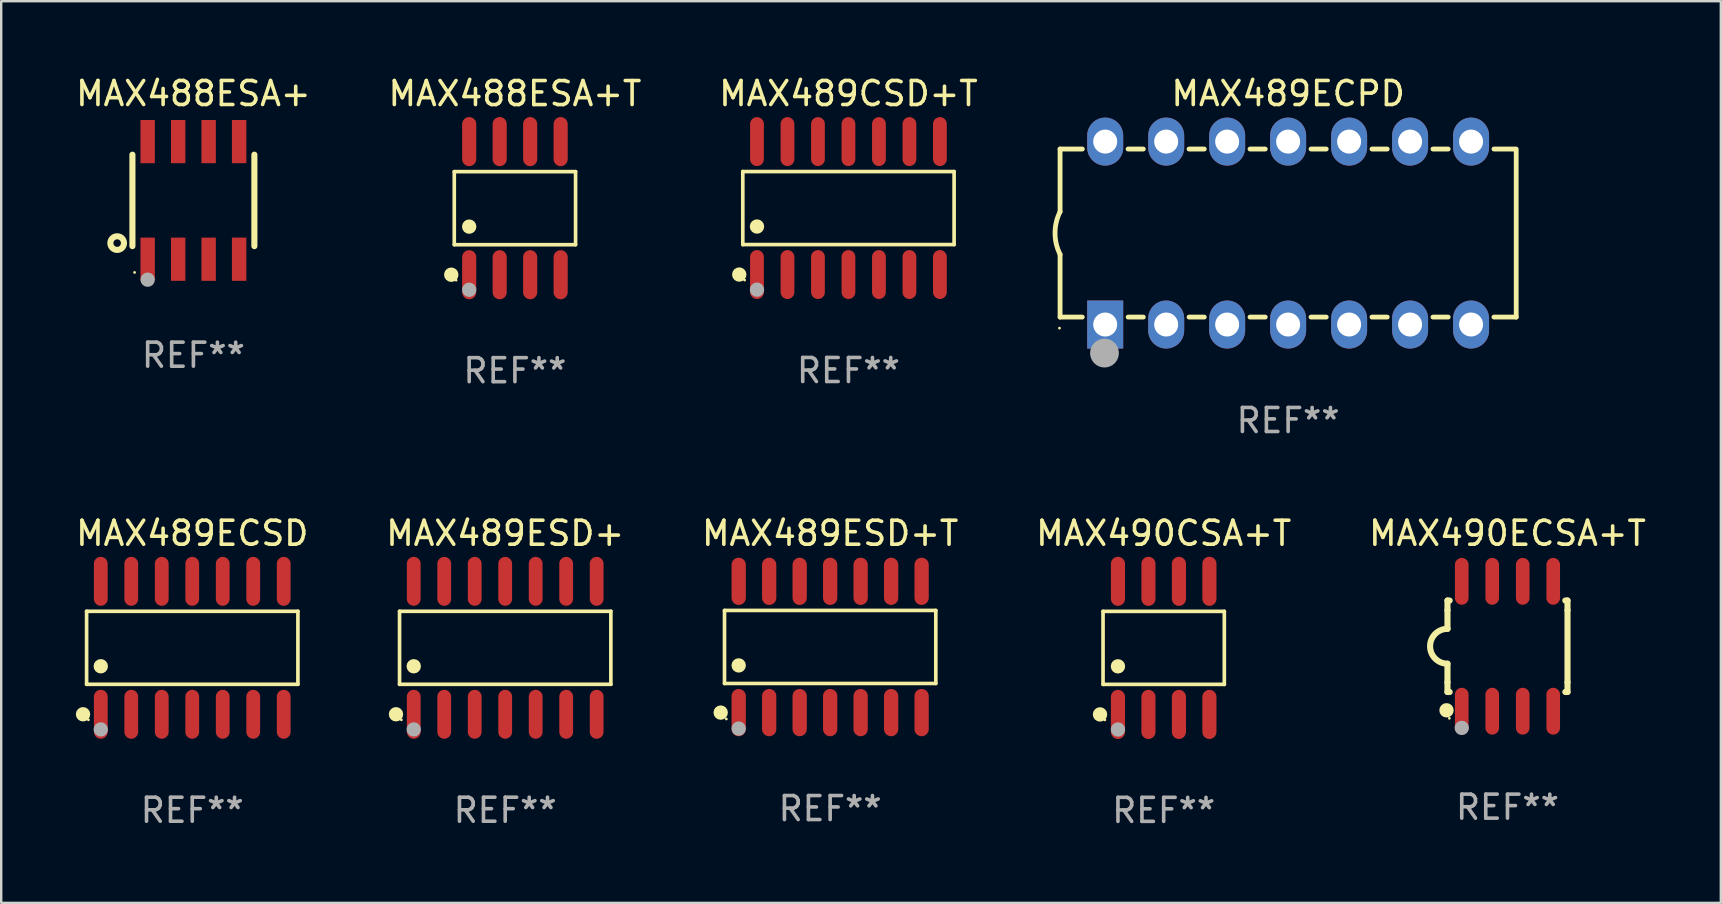
<source format=kicad_pcb>
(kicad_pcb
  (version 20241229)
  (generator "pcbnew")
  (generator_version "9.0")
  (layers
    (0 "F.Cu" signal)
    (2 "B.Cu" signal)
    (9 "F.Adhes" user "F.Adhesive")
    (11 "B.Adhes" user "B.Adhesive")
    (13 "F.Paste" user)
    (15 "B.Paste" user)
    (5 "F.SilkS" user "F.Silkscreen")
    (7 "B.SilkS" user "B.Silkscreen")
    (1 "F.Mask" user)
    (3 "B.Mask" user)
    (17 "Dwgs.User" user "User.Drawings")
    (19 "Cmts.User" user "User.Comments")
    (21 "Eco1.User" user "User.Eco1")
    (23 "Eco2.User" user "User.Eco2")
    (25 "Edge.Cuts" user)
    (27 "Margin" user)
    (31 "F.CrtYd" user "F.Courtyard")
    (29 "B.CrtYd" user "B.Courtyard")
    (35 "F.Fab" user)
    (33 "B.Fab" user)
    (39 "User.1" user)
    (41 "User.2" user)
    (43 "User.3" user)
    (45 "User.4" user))
  (footprint "MAX490CSA+T"
    (layer "F.Cu")
    (at 45.423 23.937)
    (property "Reference" "MAX490CSA+T" (at 0 -4.772 0) (layer "F.SilkS") (effects (font (size 1 1) (thickness 0.15))))
    (attr through_hole)
    (fp_line (start -2.526 -1.521) (end 2.526 -1.521) (stroke (width 0.152) (type solid)) (layer "F.SilkS"))
    (fp_line (start -2.526 1.521) (end -2.526 -1.521) (stroke (width 0.152) (type solid)) (layer "F.SilkS"))
    (fp_line (start 2.526 -1.521) (end 2.526 1.521) (stroke (width 0.152) (type solid)) (layer "F.SilkS"))
    (fp_line (start 2.526 1.521) (end -2.526 1.521) (stroke (width 0.152) (type solid)) (layer "F.SilkS"))
    (fp_circle (center -2.652 2.772) (end -2.501 2.772) (stroke (width 0.3) (type solid)) (fill no) (layer "F.SilkS"))
    (fp_circle (center -2.45 3) (end -2.42 3) (stroke (width 0.06) (type solid)) (fill no) (layer "F.SilkS"))
    (fp_circle (center -1.905 0.769) (end -1.755 0.769) (stroke (width 0.3) (type solid)) (fill no) (layer "F.SilkS"))
    (fp_circle (center -1.905 3.4) (end -1.755 3.4) (stroke (width 0.3) (type solid)) (fill no) (layer "F.Fab"))
    (fp_text user "REF**" (at 0 6.772 0) (layer "F.Fab") (effects (font (size 1 1) (thickness 0.15))))
    (pad "1" smd oval (at -1.905 2.772) (size 0.588 2.045) (layers "F.Cu" "F.Mask" "F.Paste"))
    (pad "2" smd oval (at -0.635 2.772) (size 0.588 2.045) (layers "F.Cu" "F.Mask" "F.Paste"))
    (pad "3" smd oval (at 0.635 2.772) (size 0.588 2.045) (layers "F.Cu" "F.Mask" "F.Paste"))
    (pad "4" smd oval (at 1.905 2.772) (size 0.588 2.045) (layers "F.Cu" "F.Mask" "F.Paste"))
    (pad "5" smd oval (at 1.905 -2.772) (size 0.588 2.045) (layers "F.Cu" "F.Mask" "F.Paste"))
    (pad "6" smd oval (at 0.635 -2.772) (size 0.588 2.045) (layers "F.Cu" "F.Mask" "F.Paste"))
    (pad "7" smd oval (at -0.635 -2.772) (size 0.588 2.045) (layers "F.Cu" "F.Mask" "F.Paste"))
    (pad "8" smd oval (at -1.905 -2.772) (size 0.588 2.045) (layers "F.Cu" "F.Mask" "F.Paste")))
  (footprint "MAX489ESD+T"
    (layer "F.Cu")
    (at 31.53 23.899)
    (property "Reference" "MAX489ESD+T" (at 0 -4.734 0) (layer "F.SilkS") (effects (font (size 1 1) (thickness 0.15))))
    (attr through_hole)
    (fp_line (start -4.401 -1.521) (end 4.401 -1.521) (stroke (width 0.152) (type solid)) (layer "F.SilkS"))
    (fp_line (start -4.401 1.521) (end -4.401 -1.521) (stroke (width 0.152) (type solid)) (layer "F.SilkS"))
    (fp_line (start 4.401 -1.521) (end 4.401 1.521) (stroke (width 0.152) (type solid)) (layer "F.SilkS"))
    (fp_line (start 4.401 1.521) (end -4.401 1.521) (stroke (width 0.152) (type solid)) (layer "F.SilkS"))
    (fp_circle (center -4.56 2.734) (end -4.41 2.734) (stroke (width 0.3) (type solid)) (fill no) (layer "F.SilkS"))
    (fp_circle (center -4.325 3) (end -4.295 3) (stroke (width 0.06) (type solid)) (fill no) (layer "F.SilkS"))
    (fp_circle (center -3.81 0.769) (end -3.66 0.769) (stroke (width 0.3) (type solid)) (fill no) (layer "F.SilkS"))
    (fp_circle (center -3.81 3.4) (end -3.66 3.4) (stroke (width 0.3) (type solid)) (fill no) (layer "F.Fab"))
    (fp_text user "REF**" (at 0 6.734 0) (layer "F.Fab") (effects (font (size 1 1) (thickness 0.15))))
    (pad "1" smd oval (at -3.81 2.734) (size 0.595 1.968) (layers "F.Cu" "F.Mask" "F.Paste"))
    (pad "2" smd oval (at -2.54 2.734) (size 0.595 1.968) (layers "F.Cu" "F.Mask" "F.Paste"))
    (pad "3" smd oval (at -1.27 2.734) (size 0.595 1.968) (layers "F.Cu" "F.Mask" "F.Paste"))
    (pad "4" smd oval (at 0 2.734) (size 0.595 1.968) (layers "F.Cu" "F.Mask" "F.Paste"))
    (pad "5" smd oval (at 1.27 2.734) (size 0.595 1.968) (layers "F.Cu" "F.Mask" "F.Paste"))
    (pad "6" smd oval (at 2.54 2.734) (size 0.595 1.968) (layers "F.Cu" "F.Mask" "F.Paste"))
    (pad "7" smd oval (at 3.81 2.734) (size 0.595 1.968) (layers "F.Cu" "F.Mask" "F.Paste"))
    (pad "8" smd oval (at 3.81 -2.734) (size 0.595 1.968) (layers "F.Cu" "F.Mask" "F.Paste"))
    (pad "9" smd oval (at 2.54 -2.734) (size 0.595 1.968) (layers "F.Cu" "F.Mask" "F.Paste"))
    (pad "10" smd oval (at 1.27 -2.734) (size 0.595 1.968) (layers "F.Cu" "F.Mask" "F.Paste"))
    (pad "11" smd oval (at 0 -2.734) (size 0.595 1.968) (layers "F.Cu" "F.Mask" "F.Paste"))
    (pad "12" smd oval (at -1.27 -2.734) (size 0.595 1.968) (layers "F.Cu" "F.Mask" "F.Paste"))
    (pad "13" smd oval (at -2.54 -2.734) (size 0.595 1.968) (layers "F.Cu" "F.Mask" "F.Paste"))
    (pad "14" smd oval (at -3.81 -2.734) (size 0.595 1.968) (layers "F.Cu" "F.Mask" "F.Paste")))
  (footprint "MAX488ESA+T"
    (layer "F.Cu")
    (at 18.399 5.621)
    (property "Reference" "MAX488ESA+T" (at 0 -4.772 0) (layer "F.SilkS") (effects (font (size 1 1) (thickness 0.15))))
    (attr through_hole)
    (fp_line (start -2.526 -1.521) (end 2.526 -1.521) (stroke (width 0.152) (type solid)) (layer "F.SilkS"))
    (fp_line (start -2.526 1.521) (end -2.526 -1.521) (stroke (width 0.152) (type solid)) (layer "F.SilkS"))
    (fp_line (start 2.526 -1.521) (end 2.526 1.521) (stroke (width 0.152) (type solid)) (layer "F.SilkS"))
    (fp_line (start 2.526 1.521) (end -2.526 1.521) (stroke (width 0.152) (type solid)) (layer "F.SilkS"))
    (fp_circle (center -2.652 2.772) (end -2.501 2.772) (stroke (width 0.3) (type solid)) (fill no) (layer "F.SilkS"))
    (fp_circle (center -2.45 3) (end -2.42 3) (stroke (width 0.06) (type solid)) (fill no) (layer "F.SilkS"))
    (fp_circle (center -1.905 0.769) (end -1.755 0.769) (stroke (width 0.3) (type solid)) (fill no) (layer "F.SilkS"))
    (fp_circle (center -1.905 3.4) (end -1.755 3.4) (stroke (width 0.3) (type solid)) (fill no) (layer "F.Fab"))
    (fp_text user "REF**" (at 0 6.772 0) (layer "F.Fab") (effects (font (size 1 1) (thickness 0.15))))
    (pad "1" smd oval (at -1.905 2.772) (size 0.588 2.045) (layers "F.Cu" "F.Mask" "F.Paste"))
    (pad "2" smd oval (at -0.635 2.772) (size 0.588 2.045) (layers "F.Cu" "F.Mask" "F.Paste"))
    (pad "3" smd oval (at 0.635 2.772) (size 0.588 2.045) (layers "F.Cu" "F.Mask" "F.Paste"))
    (pad "4" smd oval (at 1.905 2.772) (size 0.588 2.045) (layers "F.Cu" "F.Mask" "F.Paste"))
    (pad "5" smd oval (at 1.905 -2.772) (size 0.588 2.045) (layers "F.Cu" "F.Mask" "F.Paste"))
    (pad "6" smd oval (at 0.635 -2.772) (size 0.588 2.045) (layers "F.Cu" "F.Mask" "F.Paste"))
    (pad "7" smd oval (at -0.635 -2.772) (size 0.588 2.045) (layers "F.Cu" "F.Mask" "F.Paste"))
    (pad "8" smd oval (at -1.905 -2.772) (size 0.588 2.045) (layers "F.Cu" "F.Mask" "F.Paste")))
  (footprint "MAX490ECSA+T"
    (layer "F.Cu")
    (at 59.744 23.87)
    (property "Reference" "MAX490ECSA+T" (at 0 -4.705 0) (layer "F.SilkS") (effects (font (size 1 1) (thickness 0.15))))
    (attr through_hole)
    (fp_line (start -2.5 -1.905) (end -2.409 -1.905) (stroke (width 0.254) (type solid)) (layer "F.SilkS"))
    (fp_line (start -2.5 -1.5) (end -2.5 -1.905) (stroke (width 0.254) (type solid)) (layer "F.SilkS"))
    (fp_line (start -2.5 -1.5) (end -2.5 -0.726) (stroke (width 0.254) (type solid)) (layer "F.SilkS"))
    (fp_line (start -2.5 1.5) (end -2.5 0.727) (stroke (width 0.254) (type solid)) (layer "F.SilkS"))
    (fp_line (start -2.5 1.5) (end -2.5 1.905) (stroke (width 0.254) (type solid)) (layer "F.SilkS"))
    (fp_line (start -2.5 1.905) (end -2.409 1.905) (stroke (width 0.254) (type solid)) (layer "F.SilkS"))
    (fp_line (start 2.5 -1.905) (end 2.409 -1.905) (stroke (width 0.254) (type solid)) (layer "F.SilkS"))
    (fp_line (start 2.5 -1.5) (end 2.5 -1.905) (stroke (width 0.254) (type solid)) (layer "F.SilkS"))
    (fp_line (start 2.5 -1.5) (end 2.5 1.5) (stroke (width 0.254) (type solid)) (layer "F.SilkS"))
    (fp_line (start 2.5 1.5) (end 2.5 1.905) (stroke (width 0.254) (type solid)) (layer "F.SilkS"))
    (fp_line (start 2.5 1.905) (end 2.409 1.905) (stroke (width 0.254) (type solid)) (layer "F.SilkS"))
    (fp_arc (start -2.5 0.726568) (mid -3.220316 -0.0023) (end -2.495097 -0.726289) (stroke (width 0.254001) (type solid)) (layer "F.SilkS"))
    (fp_circle (center -2.54 2.667) (end -2.39 2.667) (stroke (width 0.3) (type solid)) (fill no) (layer "F.SilkS"))
    (fp_circle (center -2.42 3) (end -2.39 3) (stroke (width 0.06) (type solid)) (fill no) (layer "F.SilkS"))
    (fp_circle (center -1.905 3.4) (end -1.755 3.4) (stroke (width 0.3) (type solid)) (fill no) (layer "F.Fab"))
    (fp_text user "REF**" (at 0 6.705 0) (layer "F.Fab") (effects (font (size 1 1) (thickness 0.15))))
    (pad "1" smd oval (at -1.905 2.705) (size 0.568 1.95) (layers "F.Cu" "F.Mask" "F.Paste"))
    (pad "2" smd oval (at -0.635 2.705) (size 0.568 1.95) (layers "F.Cu" "F.Mask" "F.Paste"))
    (pad "3" smd oval (at 0.635 2.705) (size 0.568 1.95) (layers "F.Cu" "F.Mask" "F.Paste"))
    (pad "4" smd oval (at 1.905 2.705) (size 0.568 1.95) (layers "F.Cu" "F.Mask" "F.Paste"))
    (pad "5" smd oval (at 1.905 -2.705) (size 0.568 1.95) (layers "F.Cu" "F.Mask" "F.Paste"))
    (pad "6" smd oval (at 0.635 -2.705) (size 0.568 1.95) (layers "F.Cu" "F.Mask" "F.Paste"))
    (pad "7" smd oval (at -0.635 -2.705) (size 0.568 1.95) (layers "F.Cu" "F.Mask" "F.Paste"))
    (pad "8" smd oval (at -1.905 -2.705) (size 0.568 1.95) (layers "F.Cu" "F.Mask" "F.Paste")))
  (footprint "MAX489ECPD"
    (layer "F.Cu")
    (at 50.607 6.658)
    (property "Reference" "MAX489ECPD" (at 0 -5.81 0) (layer "F.SilkS") (effects (font (size 1 1) (thickness 0.15))))
    (attr through_hole)
    (fp_line (start -9.5 -3.5) (end -9.5 -0.889) (stroke (width 0.2) (type solid)) (layer "F.SilkS"))
    (fp_line (start -9.5 -3.5) (end -8.572 -3.5) (stroke (width 0.2) (type solid)) (layer "F.SilkS"))
    (fp_line (start -9.5 3.5) (end -9.5 0.889) (stroke (width 0.2) (type solid)) (layer "F.SilkS"))
    (fp_line (start -9.5 3.5) (end -8.574 3.5) (stroke (width 0.2) (type solid)) (layer "F.SilkS"))
    (fp_line (start -6.668 -3.5) (end -6.032 -3.5) (stroke (width 0.2) (type solid)) (layer "F.SilkS"))
    (fp_line (start -6.666 3.5) (end -6.032 3.5) (stroke (width 0.2) (type solid)) (layer "F.SilkS"))
    (fp_line (start -4.128 -3.5) (end -3.492 -3.5) (stroke (width 0.2) (type solid)) (layer "F.SilkS"))
    (fp_line (start -4.128 3.5) (end -3.492 3.5) (stroke (width 0.2) (type solid)) (layer "F.SilkS"))
    (fp_line (start -1.588 -3.5) (end -0.952 -3.5) (stroke (width 0.2) (type solid)) (layer "F.SilkS"))
    (fp_line (start -1.588 3.5) (end -0.952 3.5) (stroke (width 0.2) (type solid)) (layer "F.SilkS"))
    (fp_line (start 0.952 -3.5) (end 1.588 -3.5) (stroke (width 0.2) (type solid)) (layer "F.SilkS"))
    (fp_line (start 0.952 3.5) (end 1.588 3.5) (stroke (width 0.2) (type solid)) (layer "F.SilkS"))
    (fp_line (start 3.492 -3.5) (end 4.128 -3.5) (stroke (width 0.2) (type solid)) (layer "F.SilkS"))
    (fp_line (start 3.492 3.5) (end 4.128 3.5) (stroke (width 0.2) (type solid)) (layer "F.SilkS"))
    (fp_line (start 6.032 -3.5) (end 6.668 -3.5) (stroke (width 0.2) (type solid)) (layer "F.SilkS"))
    (fp_line (start 6.032 3.5) (end 6.668 3.5) (stroke (width 0.2) (type solid)) (layer "F.SilkS"))
    (fp_line (start 8.572 -3.5) (end 9.5 -3.5) (stroke (width 0.2) (type solid)) (layer "F.SilkS"))
    (fp_line (start 8.572 3.5) (end 9.5 3.5) (stroke (width 0.2) (type solid)) (layer "F.SilkS"))
    (fp_line (start 9.5 3.5) (end 9.5 -3.429) (stroke (width 0.2) (type solid)) (layer "F.SilkS"))
    (fp_arc (start -9.499619 0.889001) (mid -9.709623 0.000047) (end -9.500025 -0.889002) (stroke (width 0.2) (type solid)) (layer "F.SilkS"))
    (fp_circle (center -9.525 3.96) (end -9.495 3.96) (stroke (width 0.06) (type solid)) (fill no) (layer "F.SilkS"))
    (fp_circle (center -7.65 5) (end -7.35 5) (stroke (width 0.6) (type solid)) (fill no) (layer "F.Fab"))
    (fp_text user "REF**" (at 0 7.81 0) (layer "F.Fab") (effects (font (size 1 1) (thickness 0.15))))
    (pad "1" thru_hole rect (at -7.62 3.81 90) (size 2 1.5) (drill 1) (layers "*.Cu" "*.Mask"))
    (pad "2" thru_hole oval (at -5.08 3.81 90) (size 2 1.5) (drill 1) (layers "*.Cu" "*.Mask"))
    (pad "3" thru_hole oval (at -2.54 3.81 90) (size 2 1.5) (drill 1) (layers "*.Cu" "*.Mask"))
    (pad "4" thru_hole oval (at 0 3.81 90) (size 2 1.5) (drill 1) (layers "*.Cu" "*.Mask"))
    (pad "5" thru_hole oval (at 2.54 3.81 90) (size 2 1.5) (drill 1) (layers "*.Cu" "*.Mask"))
    (pad "6" thru_hole oval (at 5.08 3.81 90) (size 2 1.5) (drill 1) (layers "*.Cu" "*.Mask"))
    (pad "7" thru_hole oval (at 7.62 3.81 90) (size 2 1.5) (drill 1) (layers "*.Cu" "*.Mask"))
    (pad "8" thru_hole oval (at 7.62 -3.81 90) (size 2 1.5) (drill 1) (layers "*.Cu" "*.Mask"))
    (pad "9" thru_hole oval (at 5.08 -3.81 90) (size 2 1.5) (drill 1) (layers "*.Cu" "*.Mask"))
    (pad "10" thru_hole oval (at 2.54 -3.81 90) (size 2 1.5) (drill 1) (layers "*.Cu" "*.Mask"))
    (pad "11" thru_hole oval (at 0 -3.81 90) (size 2 1.5) (drill 1) (layers "*.Cu" "*.Mask"))
    (pad "12" thru_hole oval (at -2.54 -3.81 90) (size 2 1.5) (drill 1) (layers "*.Cu" "*.Mask"))
    (pad "13" thru_hole oval (at -5.08 -3.81 90) (size 2 1.5) (drill 1) (layers "*.Cu" "*.Mask"))
    (pad "14" thru_hole oval (at -7.62 -3.81 90) (size 2 1.5) (drill 1) (layers "*.Cu" "*.Mask")))
  (footprint "MAX488ESA+"
    (layer "F.Cu")
    (at 5.006 5.298)
    (property "Reference" "MAX488ESA+" (at 0 -4.45 0) (layer "F.SilkS") (effects (font (size 1 1) (thickness 0.15))))
    (attr through_hole)
    (fp_line (start -2.54 -1.905) (end -2.54 1.905) (stroke (width 0.254) (type solid)) (layer "F.SilkS"))
    (fp_line (start 2.54 -1.905) (end 2.54 1.905) (stroke (width 0.254) (type solid)) (layer "F.SilkS"))
    (fp_circle (center -3.175 1.778) (end -2.891 1.778) (stroke (width 0.254) (type solid)) (fill no) (layer "F.SilkS"))
    (fp_circle (center -2.45 3) (end -2.42 3) (stroke (width 0.06) (type solid)) (fill no) (layer "F.SilkS"))
    (fp_circle (center -1.905 3.302) (end -1.755 3.302) (stroke (width 0.3) (type solid)) (fill no) (layer "F.Fab"))
    (fp_text user "REF**" (at 0 6.45 0) (layer "F.Fab") (effects (font (size 1 1) (thickness 0.15))))
    (pad "1" smd rect (at -1.905 2.45) (size 0.6 1.8) (layers "F.Cu" "F.Mask" "F.Paste"))
    (pad "2" smd rect (at -0.635 2.45) (size 0.6 1.8) (layers "F.Cu" "F.Mask" "F.Paste"))
    (pad "3" smd rect (at 0.635 2.45) (size 0.6 1.8) (layers "F.Cu" "F.Mask" "F.Paste"))
    (pad "4" smd rect (at 1.905 2.45) (size 0.6 1.8) (layers "F.Cu" "F.Mask" "F.Paste"))
    (pad "5" smd rect (at 1.905 -2.45 180) (size 0.6 1.8) (layers "F.Cu" "F.Mask" "F.Paste"))
    (pad "6" smd rect (at 0.635 -2.45 180) (size 0.6 1.8) (layers "F.Cu" "F.Mask" "F.Paste"))
    (pad "7" smd rect (at -0.635 -2.45 180) (size 0.6 1.8) (layers "F.Cu" "F.Mask" "F.Paste"))
    (pad "8" smd rect (at -1.905 -2.45 180) (size 0.6 1.8) (layers "F.Cu" "F.Mask" "F.Paste")))
  (footprint "MAX489ECSD"
    (layer "F.Cu")
    (at 4.958 23.934)
    (property "Reference" "MAX489ECSD" (at 0 -4.769 0) (layer "F.SilkS") (effects (font (size 1 1) (thickness 0.15))))
    (attr through_hole)
    (fp_line (start -4.401 -1.521) (end 4.401 -1.521) (stroke (width 0.152) (type solid)) (layer "F.SilkS"))
    (fp_line (start -4.401 1.521) (end -4.401 -1.521) (stroke (width 0.152) (type solid)) (layer "F.SilkS"))
    (fp_line (start 4.401 -1.521) (end 4.401 1.521) (stroke (width 0.152) (type solid)) (layer "F.SilkS"))
    (fp_line (start 4.401 1.521) (end -4.401 1.521) (stroke (width 0.152) (type solid)) (layer "F.SilkS"))
    (fp_circle (center -4.549 2.769) (end -4.399 2.769) (stroke (width 0.3) (type solid)) (fill no) (layer "F.SilkS"))
    (fp_circle (center -4.325 3) (end -4.295 3) (stroke (width 0.06) (type solid)) (fill no) (layer "F.SilkS"))
    (fp_circle (center -3.81 0.769) (end -3.66 0.769) (stroke (width 0.3) (type solid)) (fill no) (layer "F.SilkS"))
    (fp_circle (center -3.81 3.4) (end -3.66 3.4) (stroke (width 0.3) (type solid)) (fill no) (layer "F.Fab"))
    (fp_text user "REF**" (at 0 6.769 0) (layer "F.Fab") (effects (font (size 1 1) (thickness 0.15))))
    (pad "1" smd oval (at -3.81 2.769) (size 0.574 2.038) (layers "F.Cu" "F.Mask" "F.Paste"))
    (pad "2" smd oval (at -2.54 2.769) (size 0.574 2.038) (layers "F.Cu" "F.Mask" "F.Paste"))
    (pad "3" smd oval (at -1.27 2.769) (size 0.574 2.038) (layers "F.Cu" "F.Mask" "F.Paste"))
    (pad "4" smd oval (at 0 2.769) (size 0.574 2.038) (layers "F.Cu" "F.Mask" "F.Paste"))
    (pad "5" smd oval (at 1.27 2.769) (size 0.574 2.038) (layers "F.Cu" "F.Mask" "F.Paste"))
    (pad "6" smd oval (at 2.54 2.769) (size 0.574 2.038) (layers "F.Cu" "F.Mask" "F.Paste"))
    (pad "7" smd oval (at 3.81 2.769) (size 0.574 2.038) (layers "F.Cu" "F.Mask" "F.Paste"))
    (pad "8" smd oval (at 3.81 -2.769) (size 0.574 2.038) (layers "F.Cu" "F.Mask" "F.Paste"))
    (pad "9" smd oval (at 2.54 -2.769) (size 0.574 2.038) (layers "F.Cu" "F.Mask" "F.Paste"))
    (pad "10" smd oval (at 1.27 -2.769) (size 0.574 2.038) (layers "F.Cu" "F.Mask" "F.Paste"))
    (pad "11" smd oval (at 0 -2.769) (size 0.574 2.038) (layers "F.Cu" "F.Mask" "F.Paste"))
    (pad "12" smd oval (at -1.27 -2.769) (size 0.574 2.038) (layers "F.Cu" "F.Mask" "F.Paste"))
    (pad "13" smd oval (at -2.54 -2.769) (size 0.574 2.038) (layers "F.Cu" "F.Mask" "F.Paste"))
    (pad "14" smd oval (at -3.81 -2.769) (size 0.574 2.038) (layers "F.Cu" "F.Mask" "F.Paste")))
  (footprint "MAX489CSD+T"
    (layer "F.Cu")
    (at 32.292 5.617)
    (property "Reference" "MAX489CSD+T" (at 0 -4.769 0) (layer "F.SilkS") (effects (font (size 1 1) (thickness 0.15))))
    (attr through_hole)
    (fp_line (start -4.401 -1.521) (end 4.401 -1.521) (stroke (width 0.152) (type solid)) (layer "F.SilkS"))
    (fp_line (start -4.401 1.521) (end -4.401 -1.521) (stroke (width 0.152) (type solid)) (layer "F.SilkS"))
    (fp_line (start 4.401 -1.521) (end 4.401 1.521) (stroke (width 0.152) (type solid)) (layer "F.SilkS"))
    (fp_line (start 4.401 1.521) (end -4.401 1.521) (stroke (width 0.152) (type solid)) (layer "F.SilkS"))
    (fp_circle (center -4.549 2.769) (end -4.399 2.769) (stroke (width 0.3) (type solid)) (fill no) (layer "F.SilkS"))
    (fp_circle (center -4.325 3) (end -4.295 3) (stroke (width 0.06) (type solid)) (fill no) (layer "F.SilkS"))
    (fp_circle (center -3.81 0.769) (end -3.66 0.769) (stroke (width 0.3) (type solid)) (fill no) (layer "F.SilkS"))
    (fp_circle (center -3.81 3.4) (end -3.66 3.4) (stroke (width 0.3) (type solid)) (fill no) (layer "F.Fab"))
    (fp_text user "REF**" (at 0 6.769 0) (layer "F.Fab") (effects (font (size 1 1) (thickness 0.15))))
    (pad "1" smd oval (at -3.81 2.769) (size 0.574 2.038) (layers "F.Cu" "F.Mask" "F.Paste"))
    (pad "2" smd oval (at -2.54 2.769) (size 0.574 2.038) (layers "F.Cu" "F.Mask" "F.Paste"))
    (pad "3" smd oval (at -1.27 2.769) (size 0.574 2.038) (layers "F.Cu" "F.Mask" "F.Paste"))
    (pad "4" smd oval (at 0 2.769) (size 0.574 2.038) (layers "F.Cu" "F.Mask" "F.Paste"))
    (pad "5" smd oval (at 1.27 2.769) (size 0.574 2.038) (layers "F.Cu" "F.Mask" "F.Paste"))
    (pad "6" smd oval (at 2.54 2.769) (size 0.574 2.038) (layers "F.Cu" "F.Mask" "F.Paste"))
    (pad "7" smd oval (at 3.81 2.769) (size 0.574 2.038) (layers "F.Cu" "F.Mask" "F.Paste"))
    (pad "8" smd oval (at 3.81 -2.769) (size 0.574 2.038) (layers "F.Cu" "F.Mask" "F.Paste"))
    (pad "9" smd oval (at 2.54 -2.769) (size 0.574 2.038) (layers "F.Cu" "F.Mask" "F.Paste"))
    (pad "10" smd oval (at 1.27 -2.769) (size 0.574 2.038) (layers "F.Cu" "F.Mask" "F.Paste"))
    (pad "11" smd oval (at 0 -2.769) (size 0.574 2.038) (layers "F.Cu" "F.Mask" "F.Paste"))
    (pad "12" smd oval (at -1.27 -2.769) (size 0.574 2.038) (layers "F.Cu" "F.Mask" "F.Paste"))
    (pad "13" smd oval (at -2.54 -2.769) (size 0.574 2.038) (layers "F.Cu" "F.Mask" "F.Paste"))
    (pad "14" smd oval (at -3.81 -2.769) (size 0.574 2.038) (layers "F.Cu" "F.Mask" "F.Paste")))
  (footprint "MAX489ESD+"
    (layer "F.Cu")
    (at 17.994 23.934)
    (property "Reference" "MAX489ESD+" (at 0 -4.769 0) (layer "F.SilkS") (effects (font (size 1 1) (thickness 0.15))))
    (attr through_hole)
    (fp_line (start -4.401 -1.521) (end 4.401 -1.521) (stroke (width 0.152) (type solid)) (layer "F.SilkS"))
    (fp_line (start -4.401 1.521) (end -4.401 -1.521) (stroke (width 0.152) (type solid)) (layer "F.SilkS"))
    (fp_line (start 4.401 -1.521) (end 4.401 1.521) (stroke (width 0.152) (type solid)) (layer "F.SilkS"))
    (fp_line (start 4.401 1.521) (end -4.401 1.521) (stroke (width 0.152) (type solid)) (layer "F.SilkS"))
    (fp_circle (center -4.549 2.769) (end -4.399 2.769) (stroke (width 0.3) (type solid)) (fill no) (layer "F.SilkS"))
    (fp_circle (center -4.325 3) (end -4.295 3) (stroke (width 0.06) (type solid)) (fill no) (layer "F.SilkS"))
    (fp_circle (center -3.81 0.769) (end -3.66 0.769) (stroke (width 0.3) (type solid)) (fill no) (layer "F.SilkS"))
    (fp_circle (center -3.81 3.4) (end -3.66 3.4) (stroke (width 0.3) (type solid)) (fill no) (layer "F.Fab"))
    (fp_text user "REF**" (at 0 6.769 0) (layer "F.Fab") (effects (font (size 1 1) (thickness 0.15))))
    (pad "1" smd oval (at -3.81 2.769) (size 0.574 2.038) (layers "F.Cu" "F.Mask" "F.Paste"))
    (pad "2" smd oval (at -2.54 2.769) (size 0.574 2.038) (layers "F.Cu" "F.Mask" "F.Paste"))
    (pad "3" smd oval (at -1.27 2.769) (size 0.574 2.038) (layers "F.Cu" "F.Mask" "F.Paste"))
    (pad "4" smd oval (at 0 2.769) (size 0.574 2.038) (layers "F.Cu" "F.Mask" "F.Paste"))
    (pad "5" smd oval (at 1.27 2.769) (size 0.574 2.038) (layers "F.Cu" "F.Mask" "F.Paste"))
    (pad "6" smd oval (at 2.54 2.769) (size 0.574 2.038) (layers "F.Cu" "F.Mask" "F.Paste"))
    (pad "7" smd oval (at 3.81 2.769) (size 0.574 2.038) (layers "F.Cu" "F.Mask" "F.Paste"))
    (pad "8" smd oval (at 3.81 -2.769) (size 0.574 2.038) (layers "F.Cu" "F.Mask" "F.Paste"))
    (pad "9" smd oval (at 2.54 -2.769) (size 0.574 2.038) (layers "F.Cu" "F.Mask" "F.Paste"))
    (pad "10" smd oval (at 1.27 -2.769) (size 0.574 2.038) (layers "F.Cu" "F.Mask" "F.Paste"))
    (pad "11" smd oval (at 0 -2.769) (size 0.574 2.038) (layers "F.Cu" "F.Mask" "F.Paste"))
    (pad "12" smd oval (at -1.27 -2.769) (size 0.574 2.038) (layers "F.Cu" "F.Mask" "F.Paste"))
    (pad "13" smd oval (at -2.54 -2.769) (size 0.574 2.038) (layers "F.Cu" "F.Mask" "F.Paste"))
    (pad "14" smd oval (at -3.81 -2.769) (size 0.574 2.038) (layers "F.Cu" "F.Mask" "F.Paste")))
  (gr_rect
    (start -3 -3)
    (end 68.631 34.558)
    (stroke (width 0.1) (type default))
    (fill no)
    (layer "Edge.Cuts")))
</source>
